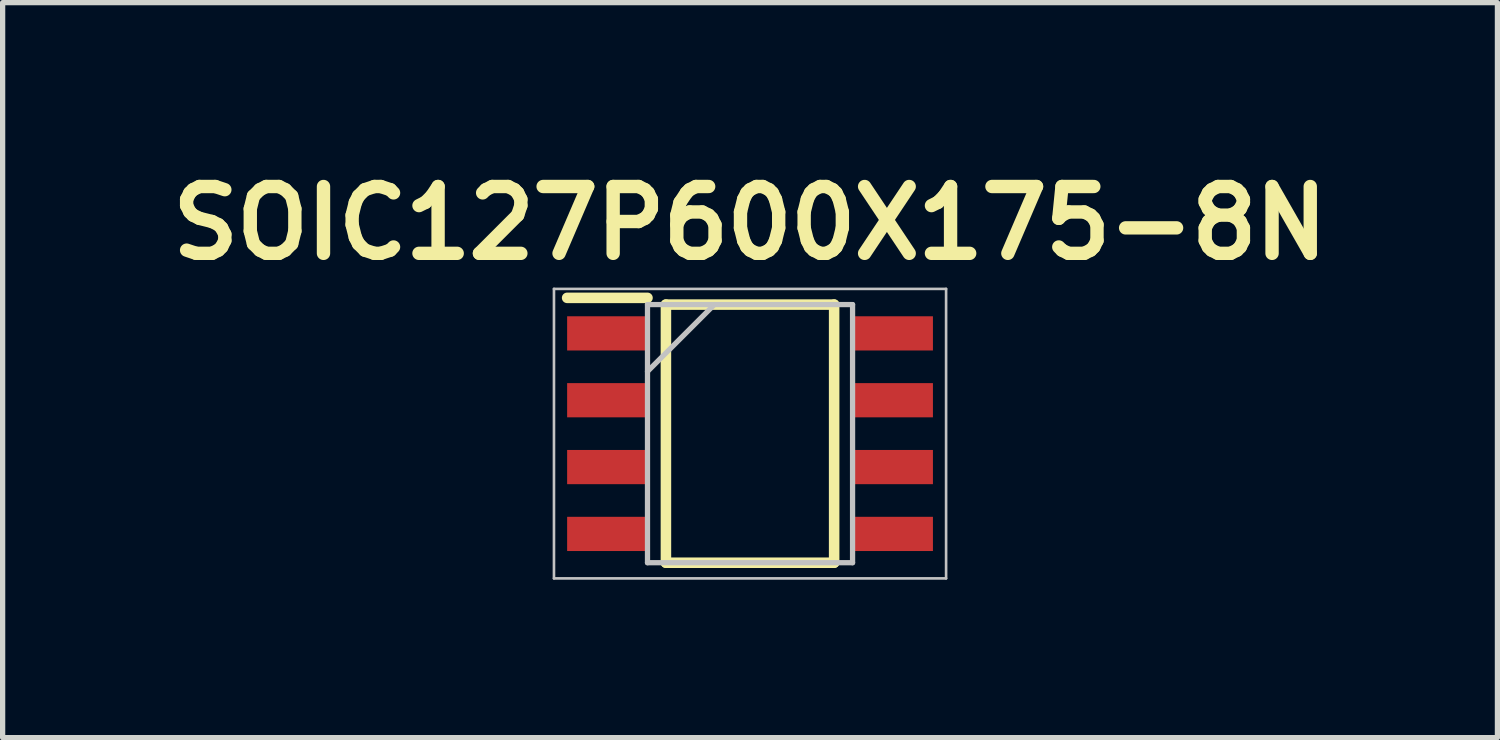
<source format=kicad_pcb>
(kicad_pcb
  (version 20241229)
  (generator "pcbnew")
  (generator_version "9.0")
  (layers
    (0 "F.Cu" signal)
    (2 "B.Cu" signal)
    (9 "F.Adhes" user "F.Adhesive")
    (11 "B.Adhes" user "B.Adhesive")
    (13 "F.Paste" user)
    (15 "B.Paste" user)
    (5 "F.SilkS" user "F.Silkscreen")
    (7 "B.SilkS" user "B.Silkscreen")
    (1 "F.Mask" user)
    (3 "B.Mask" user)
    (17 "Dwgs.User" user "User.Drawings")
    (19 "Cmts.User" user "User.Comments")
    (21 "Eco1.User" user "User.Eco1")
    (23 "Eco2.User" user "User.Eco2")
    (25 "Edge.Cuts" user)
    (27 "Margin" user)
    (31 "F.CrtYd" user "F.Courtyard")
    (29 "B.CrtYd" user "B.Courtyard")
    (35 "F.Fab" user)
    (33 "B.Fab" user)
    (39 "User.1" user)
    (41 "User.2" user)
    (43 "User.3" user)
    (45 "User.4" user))
  (footprint "SOIC127P600X175-8N"
    (layer "F.Cu")
    (at 11.2 5.189)
    (property "Reference" "SOIC127P600X175-8N" (at 0 -4 0) (layer "F.SilkS") (effects (font (size 1.27 1.27) (thickness 0.254))))
    (attr smd)
    (fp_line (start -3.475 -2.58) (end -1.948 -2.58) (stroke (width 0.2) (type solid)) (layer "F.SilkS"))
    (fp_line (start -1.598 -2.452) (end 1.598 -2.452) (stroke (width 0.2) (type solid)) (layer "F.SilkS"))
    (fp_line (start -1.598 2.452) (end -1.598 -2.452) (stroke (width 0.2) (type solid)) (layer "F.SilkS"))
    (fp_line (start 1.598 -2.452) (end 1.598 2.452) (stroke (width 0.2) (type solid)) (layer "F.SilkS"))
    (fp_line (start 1.598 2.452) (end -1.598 2.452) (stroke (width 0.2) (type solid)) (layer "F.SilkS"))
    (fp_line (start -3.725 -2.75) (end 3.725 -2.75) (stroke (width 0.05) (type solid)) (layer "Dwgs.User"))
    (fp_line (start -3.725 2.75) (end -3.725 -2.75) (stroke (width 0.05) (type solid)) (layer "Dwgs.User"))
    (fp_line (start -1.948 -2.452) (end 1.948 -2.452) (stroke (width 0.1) (type solid)) (layer "Dwgs.User"))
    (fp_line (start -1.948 -1.182) (end -0.678 -2.452) (stroke (width 0.1) (type solid)) (layer "Dwgs.User"))
    (fp_line (start -1.948 2.452) (end -1.948 -2.452) (stroke (width 0.1) (type solid)) (layer "Dwgs.User"))
    (fp_line (start 1.948 -2.452) (end 1.948 2.452) (stroke (width 0.1) (type solid)) (layer "Dwgs.User"))
    (fp_line (start 1.948 2.452) (end -1.948 2.452) (stroke (width 0.1) (type solid)) (layer "Dwgs.User"))
    (fp_line (start 3.725 -2.75) (end 3.725 2.75) (stroke (width 0.05) (type solid)) (layer "Dwgs.User"))
    (fp_line (start 3.725 2.75) (end -3.725 2.75) (stroke (width 0.05) (type solid)) (layer "Dwgs.User"))
    (pad "1" smd rect (at -2.711 -1.905 90) (size 0.65 1.528) (layers "F.Cu" "F.Mask" "F.Paste"))
    (pad "2" smd rect (at -2.711 -0.635 90) (size 0.65 1.528) (layers "F.Cu" "F.Mask" "F.Paste"))
    (pad "3" smd rect (at -2.711 0.635 90) (size 0.65 1.528) (layers "F.Cu" "F.Mask" "F.Paste"))
    (pad "4" smd rect (at -2.711 1.905 90) (size 0.65 1.528) (layers "F.Cu" "F.Mask" "F.Paste"))
    (pad "5" smd rect (at 2.711 1.905 90) (size 0.65 1.528) (layers "F.Cu" "F.Mask" "F.Paste"))
    (pad "6" smd rect (at 2.711 0.635 90) (size 0.65 1.528) (layers "F.Cu" "F.Mask" "F.Paste"))
    (pad "7" smd rect (at 2.711 -0.635 90) (size 0.65 1.528) (layers "F.Cu" "F.Mask" "F.Paste"))
    (pad "8" smd rect (at 2.711 -1.905 90) (size 0.65 1.528) (layers "F.Cu" "F.Mask" "F.Paste")))
  (gr_rect
    (start -3 -3)
    (end 25.4 10.964)
    (stroke (width 0.1) (type default))
    (fill no)
    (layer "Edge.Cuts")))
</source>
